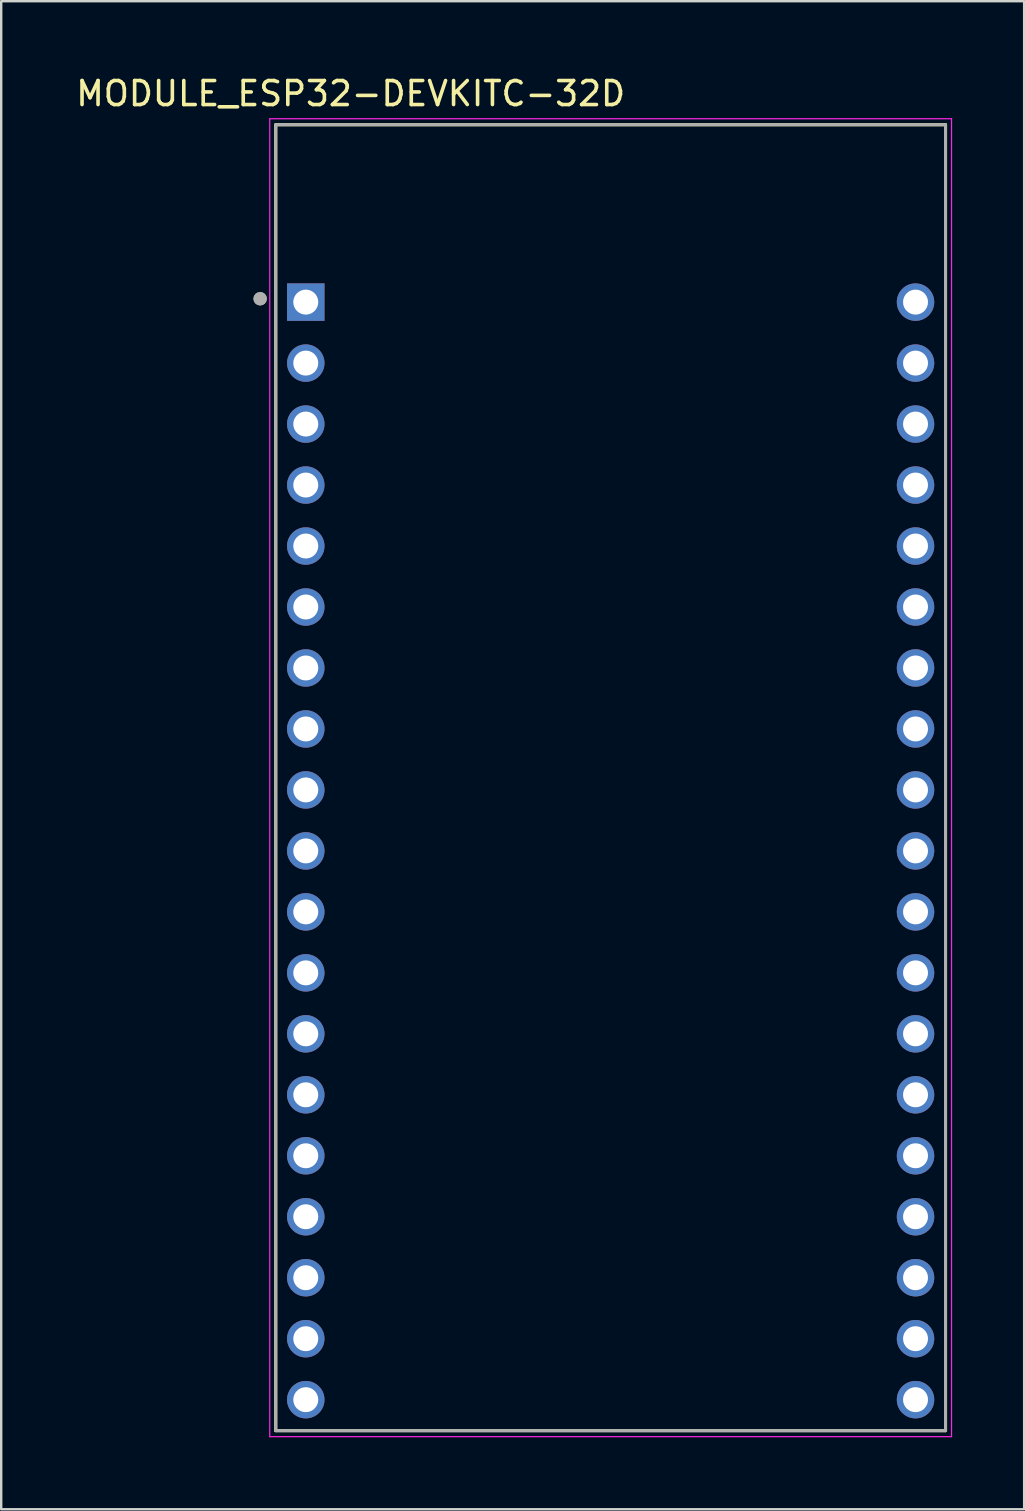
<source format=kicad_pcb>
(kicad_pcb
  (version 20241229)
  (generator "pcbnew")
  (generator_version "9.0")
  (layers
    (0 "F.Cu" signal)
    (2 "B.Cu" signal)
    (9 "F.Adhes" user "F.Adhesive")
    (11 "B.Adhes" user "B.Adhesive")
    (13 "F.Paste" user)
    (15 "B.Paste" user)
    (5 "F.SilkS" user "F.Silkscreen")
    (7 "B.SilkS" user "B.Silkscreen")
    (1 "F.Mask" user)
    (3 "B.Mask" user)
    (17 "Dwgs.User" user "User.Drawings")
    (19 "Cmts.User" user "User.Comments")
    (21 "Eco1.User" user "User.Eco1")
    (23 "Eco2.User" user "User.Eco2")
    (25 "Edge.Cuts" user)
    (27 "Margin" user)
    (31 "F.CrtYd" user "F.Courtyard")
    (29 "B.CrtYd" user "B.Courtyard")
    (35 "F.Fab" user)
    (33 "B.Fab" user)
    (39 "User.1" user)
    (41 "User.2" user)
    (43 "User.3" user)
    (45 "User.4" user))
  (footprint "MODULE_ESP32-DEVKITC-32D"
    (layer "F.Cu")
    (at 22.387 29.295)
    (property "Reference" "MODULE_ESP32-DEVKITC-32D" (at -10.829 -28.446 0) (layer "F.SilkS") (effects (font (size 1 1) (thickness 0.15))))
    (attr through_hole)
    (fp_line (start -13.95 -27.15) (end 13.95 -27.15) (stroke (width 0.127) (type solid)) (layer "F.SilkS"))
    (fp_line (start -13.95 27.25) (end -13.95 -27.15) (stroke (width 0.127) (type solid)) (layer "F.SilkS"))
    (fp_line (start 13.95 -27.15) (end 13.95 27.25) (stroke (width 0.127) (type solid)) (layer "F.SilkS"))
    (fp_line (start 13.95 27.25) (end -13.95 27.25) (stroke (width 0.127) (type solid)) (layer "F.SilkS"))
    (fp_line (start -14.2 -27.4) (end 14.2 -27.4) (stroke (width 0.05) (type solid)) (layer "F.CrtYd"))
    (fp_line (start -14.2 27.5) (end -14.2 -27.4) (stroke (width 0.05) (type solid)) (layer "F.CrtYd"))
    (fp_line (start 14.2 -27.4) (end 14.2 27.5) (stroke (width 0.05) (type solid)) (layer "F.CrtYd"))
    (fp_line (start 14.2 27.5) (end -14.2 27.5) (stroke (width 0.05) (type solid)) (layer "F.CrtYd"))
    (fp_line (start -13.95 -27.15) (end 13.95 -27.15) (stroke (width 0.127) (type solid)) (layer "F.Fab"))
    (fp_line (start -13.95 27.25) (end -13.95 -27.15) (stroke (width 0.127) (type solid)) (layer "F.Fab"))
    (fp_line (start 13.95 -27.15) (end 13.95 27.25) (stroke (width 0.127) (type solid)) (layer "F.Fab"))
    (fp_line (start 13.95 27.25) (end -13.95 27.25) (stroke (width 0.127) (type solid)) (layer "F.Fab"))
    (fp_circle (center -14.6 -19.9) (end -14.46 -19.9) (stroke (width 0.28) (type solid)) (fill no) (layer "F.Fab"))
    (fp_circle (center -14.6 -19.9) (end -14.46 -19.9) (stroke (width 0.28) (type solid)) (fill no) (layer "F.Fab"))
    (pad "1" thru_hole rect (at -12.7 -19.76) (size 1.56 1.56) (drill 1.04) (layers "*.Cu" "*.Mask"))
    (pad "2" thru_hole circle (at -12.7 -17.22) (size 1.56 1.56) (drill 1.04) (layers "*.Cu" "*.Mask"))
    (pad "3" thru_hole circle (at -12.7 -14.68) (size 1.56 1.56) (drill 1.04) (layers "*.Cu" "*.Mask"))
    (pad "4" thru_hole circle (at -12.7 -12.14) (size 1.56 1.56) (drill 1.04) (layers "*.Cu" "*.Mask"))
    (pad "5" thru_hole circle (at -12.7 -9.6) (size 1.56 1.56) (drill 1.04) (layers "*.Cu" "*.Mask"))
    (pad "6" thru_hole circle (at -12.7 -7.06) (size 1.56 1.56) (drill 1.04) (layers "*.Cu" "*.Mask"))
    (pad "7" thru_hole circle (at -12.7 -4.52) (size 1.56 1.56) (drill 1.04) (layers "*.Cu" "*.Mask"))
    (pad "8" thru_hole circle (at -12.7 -1.98) (size 1.56 1.56) (drill 1.04) (layers "*.Cu" "*.Mask"))
    (pad "9" thru_hole circle (at -12.7 0.56) (size 1.56 1.56) (drill 1.04) (layers "*.Cu" "*.Mask"))
    (pad "10" thru_hole circle (at -12.7 3.1) (size 1.56 1.56) (drill 1.04) (layers "*.Cu" "*.Mask"))
    (pad "11" thru_hole circle (at -12.7 5.64) (size 1.56 1.56) (drill 1.04) (layers "*.Cu" "*.Mask"))
    (pad "12" thru_hole circle (at -12.7 8.18) (size 1.56 1.56) (drill 1.04) (layers "*.Cu" "*.Mask"))
    (pad "13" thru_hole circle (at -12.7 10.72) (size 1.56 1.56) (drill 1.04) (layers "*.Cu" "*.Mask"))
    (pad "14" thru_hole circle (at -12.7 13.26) (size 1.56 1.56) (drill 1.04) (layers "*.Cu" "*.Mask"))
    (pad "15" thru_hole circle (at -12.7 15.8) (size 1.56 1.56) (drill 1.04) (layers "*.Cu" "*.Mask"))
    (pad "16" thru_hole circle (at -12.7 18.34) (size 1.56 1.56) (drill 1.04) (layers "*.Cu" "*.Mask"))
    (pad "17" thru_hole circle (at -12.7 20.88) (size 1.56 1.56) (drill 1.04) (layers "*.Cu" "*.Mask"))
    (pad "18" thru_hole circle (at -12.7 23.42) (size 1.56 1.56) (drill 1.04) (layers "*.Cu" "*.Mask"))
    (pad "19" thru_hole circle (at -12.7 25.96) (size 1.56 1.56) (drill 1.04) (layers "*.Cu" "*.Mask"))
    (pad "20" thru_hole circle (at 12.7 -19.76) (size 1.56 1.56) (drill 1.04) (layers "*.Cu" "*.Mask"))
    (pad "21" thru_hole circle (at 12.7 -17.22) (size 1.56 1.56) (drill 1.04) (layers "*.Cu" "*.Mask"))
    (pad "22" thru_hole circle (at 12.7 -14.68) (size 1.56 1.56) (drill 1.04) (layers "*.Cu" "*.Mask"))
    (pad "23" thru_hole circle (at 12.7 -12.14) (size 1.56 1.56) (drill 1.04) (layers "*.Cu" "*.Mask"))
    (pad "24" thru_hole circle (at 12.7 -9.6) (size 1.56 1.56) (drill 1.04) (layers "*.Cu" "*.Mask"))
    (pad "25" thru_hole circle (at 12.7 -7.06) (size 1.56 1.56) (drill 1.04) (layers "*.Cu" "*.Mask"))
    (pad "26" thru_hole circle (at 12.7 -4.52) (size 1.56 1.56) (drill 1.04) (layers "*.Cu" "*.Mask"))
    (pad "27" thru_hole circle (at 12.7 -1.98) (size 1.56 1.56) (drill 1.04) (layers "*.Cu" "*.Mask"))
    (pad "28" thru_hole circle (at 12.7 0.56) (size 1.56 1.56) (drill 1.04) (layers "*.Cu" "*.Mask"))
    (pad "29" thru_hole circle (at 12.7 3.1) (size 1.56 1.56) (drill 1.04) (layers "*.Cu" "*.Mask"))
    (pad "30" thru_hole circle (at 12.7 5.64) (size 1.56 1.56) (drill 1.04) (layers "*.Cu" "*.Mask"))
    (pad "31" thru_hole circle (at 12.7 8.18) (size 1.56 1.56) (drill 1.04) (layers "*.Cu" "*.Mask"))
    (pad "32" thru_hole circle (at 12.7 10.72) (size 1.56 1.56) (drill 1.04) (layers "*.Cu" "*.Mask"))
    (pad "33" thru_hole circle (at 12.7 13.26) (size 1.56 1.56) (drill 1.04) (layers "*.Cu" "*.Mask"))
    (pad "34" thru_hole circle (at 12.7 15.8) (size 1.56 1.56) (drill 1.04) (layers "*.Cu" "*.Mask"))
    (pad "35" thru_hole circle (at 12.7 18.34) (size 1.56 1.56) (drill 1.04) (layers "*.Cu" "*.Mask"))
    (pad "36" thru_hole circle (at 12.7 20.88) (size 1.56 1.56) (drill 1.04) (layers "*.Cu" "*.Mask"))
    (pad "37" thru_hole circle (at 12.7 23.42) (size 1.56 1.56) (drill 1.04) (layers "*.Cu" "*.Mask"))
    (pad "38" thru_hole circle (at 12.7 25.96) (size 1.56 1.56) (drill 1.04) (layers "*.Cu" "*.Mask")))
  (gr_rect
    (start -3 -3)
    (end 39.612 59.82)
    (stroke (width 0.1) (type default))
    (fill no)
    (layer "Edge.Cuts")))
</source>
